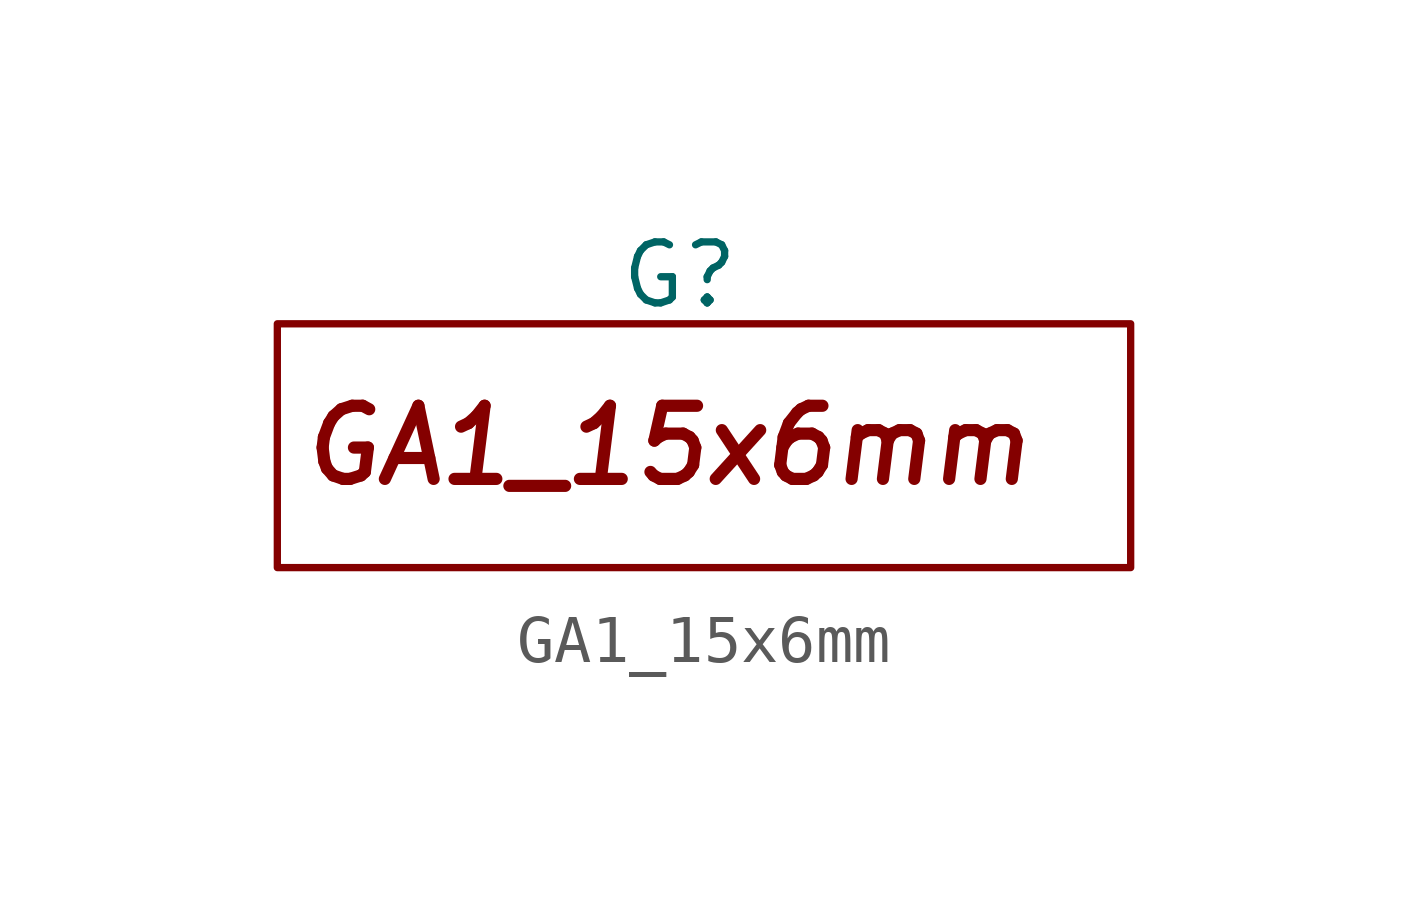
<source format=kicad_sym>
(kicad_symbol_lib
  (version 20241209)
  (generator "kicad_symbol_editor")
  (generator_version "9.0")
  (symbol "GA1_15x6mm"
    (property "Reference" "G"
      (at -0.508 3.556 0)
      (effects (font (size 1.27 1.27))))
    (property "Value" ""
      (at -7.62 -1.27 0)
      (effects (font (size 1.27 1.27))))
    (symbol "GA1_15x6mm_0_1"
      (rectangle (start -8.89 2.54) (end 8.89 -2.54) (stroke (width 0) (type default)) (fill (type none))))
    (symbol "GA1_15x6mm_1_1"
      (text "GA1_15x6mm" (at -0.762 0 0) (effects (font (size 1.524 1.524) (thickness 0.254) (bold yes) (italic yes)))))))
</source>
